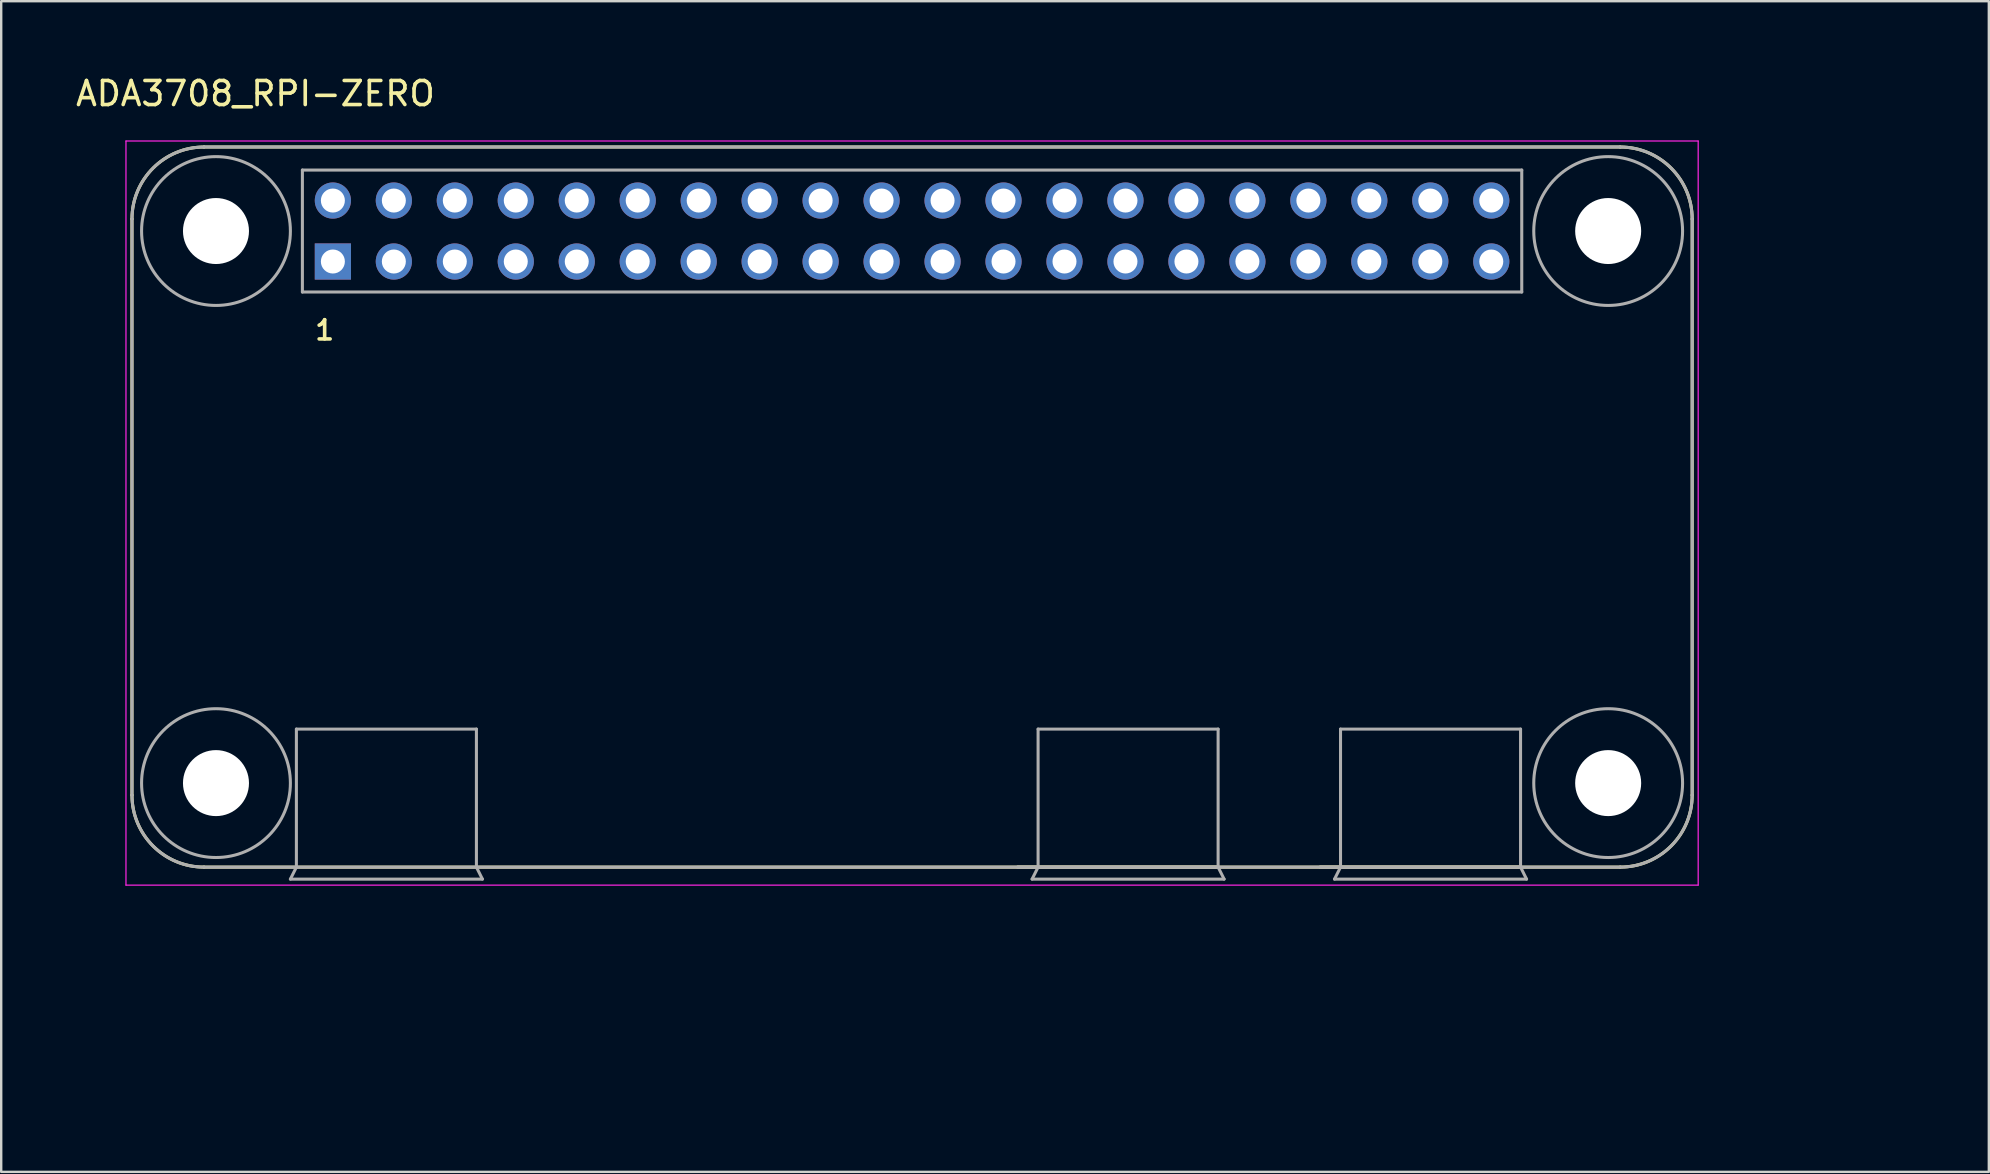
<source format=kicad_pcb>
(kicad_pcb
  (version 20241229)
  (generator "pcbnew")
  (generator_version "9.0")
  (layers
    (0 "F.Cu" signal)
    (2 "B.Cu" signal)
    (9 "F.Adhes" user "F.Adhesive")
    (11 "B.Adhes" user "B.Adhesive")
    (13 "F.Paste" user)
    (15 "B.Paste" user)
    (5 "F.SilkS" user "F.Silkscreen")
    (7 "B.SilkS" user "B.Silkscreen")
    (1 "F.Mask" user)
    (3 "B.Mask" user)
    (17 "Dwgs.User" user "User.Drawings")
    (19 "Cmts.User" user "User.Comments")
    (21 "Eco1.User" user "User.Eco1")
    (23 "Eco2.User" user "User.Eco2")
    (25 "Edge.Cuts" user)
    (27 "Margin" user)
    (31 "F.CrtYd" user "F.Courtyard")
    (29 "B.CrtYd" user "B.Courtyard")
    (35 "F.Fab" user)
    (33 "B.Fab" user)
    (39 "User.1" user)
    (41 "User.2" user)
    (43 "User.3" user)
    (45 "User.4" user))
  (footprint "ADA3708_RPI-ZERO"
    (layer "F.Cu")
    (at 34.948 6.575)
    (property "Reference" "ADA3708_RPI-ZERO" (at -27.357 -5.726 0) (layer "F.SilkS") (effects (font (size 1.002 1.002) (thickness 0.15))))
    (attr through_hole)
    (fp_line (start -32.5 -0.5) (end -32.5 23.5) (stroke (width 0.127) (type solid)) (layer "F.SilkS"))
    (fp_line (start -29.5 26.5) (end 29.5 26.5) (stroke (width 0.127) (type solid)) (layer "F.SilkS"))
    (fp_line (start 4.4 26.5) (end 12.75 26.5) (stroke (width 0.127) (type solid)) (layer "F.SilkS"))
    (fp_line (start 17 26.5) (end 25.35 26.5) (stroke (width 0.127) (type solid)) (layer "F.SilkS"))
    (fp_line (start 29.5 -3.5) (end -29.5 -3.5) (stroke (width 0.127) (type solid)) (layer "F.SilkS"))
    (fp_line (start 32.5 23.5) (end 32.5 -0.5) (stroke (width 0.127) (type solid)) (layer "F.SilkS"))
    (fp_arc (start -32.5 -0.5) (mid -31.62132 -2.62132) (end -29.5 -3.5) (stroke (width 0.127) (type solid)) (layer "F.SilkS"))
    (fp_arc (start -29.5 26.5) (mid -31.62132 25.62132) (end -32.5 23.5) (stroke (width 0.127) (type solid)) (layer "F.SilkS"))
    (fp_arc (start 29.5 -3.5) (mid 31.62132 -2.62132) (end 32.5 -0.5) (stroke (width 0.127) (type solid)) (layer "F.SilkS"))
    (fp_arc (start 32.5 23.5) (mid 31.62132 25.62132) (end 29.5 26.5) (stroke (width 0.127) (type solid)) (layer "F.SilkS"))
    (fp_line (start -32.75 -3.75) (end 32.75 -3.75) (stroke (width 0.05) (type solid)) (layer "F.CrtYd"))
    (fp_line (start -32.75 27.25) (end -32.75 -3.75) (stroke (width 0.05) (type solid)) (layer "F.CrtYd"))
    (fp_line (start 32.75 -3.75) (end 32.75 27.25) (stroke (width 0.05) (type solid)) (layer "F.CrtYd"))
    (fp_line (start 32.75 27.25) (end -32.75 27.25) (stroke (width 0.05) (type solid)) (layer "F.CrtYd"))
    (fp_line (start -32.5 -0.5) (end -32.5 23.5) (stroke (width 0.127) (type solid)) (layer "F.Fab"))
    (fp_line (start -29.5 26.5) (end -25.65 26.5) (stroke (width 0.127) (type solid)) (layer "F.Fab"))
    (fp_line (start -25.9 27) (end -17.9 27) (stroke (width 0.127) (type solid)) (layer "F.Fab"))
    (fp_line (start -25.65 20.75) (end -18.15 20.75) (stroke (width 0.127) (type solid)) (layer "F.Fab"))
    (fp_line (start -25.65 26.5) (end -25.9 27) (stroke (width 0.127) (type solid)) (layer "F.Fab"))
    (fp_line (start -25.65 26.5) (end -25.65 20.75) (stroke (width 0.127) (type solid)) (layer "F.Fab"))
    (fp_line (start -25.65 26.5) (end -18.15 26.5) (stroke (width 0.127) (type solid)) (layer "F.Fab"))
    (fp_line (start -25.4 -2.54) (end -25.4 2.54) (stroke (width 0.127) (type solid)) (layer "F.Fab"))
    (fp_line (start -25.4 2.54) (end 25.4 2.54) (stroke (width 0.127) (type solid)) (layer "F.Fab"))
    (fp_line (start -18.15 20.75) (end -18.15 26.5) (stroke (width 0.127) (type solid)) (layer "F.Fab"))
    (fp_line (start -18.15 26.5) (end 29.5 26.5) (stroke (width 0.127) (type solid)) (layer "F.Fab"))
    (fp_line (start -17.9 27) (end -18.15 26.5) (stroke (width 0.127) (type solid)) (layer "F.Fab"))
    (fp_line (start 4.4 26.5) (end 5.25 26.5) (stroke (width 0.127) (type solid)) (layer "F.Fab"))
    (fp_line (start 5 27) (end 13 27) (stroke (width 0.127) (type solid)) (layer "F.Fab"))
    (fp_line (start 5.25 20.75) (end 12.75 20.75) (stroke (width 0.127) (type solid)) (layer "F.Fab"))
    (fp_line (start 5.25 26.5) (end 5 27) (stroke (width 0.127) (type solid)) (layer "F.Fab"))
    (fp_line (start 5.25 26.5) (end 5.25 20.75) (stroke (width 0.127) (type solid)) (layer "F.Fab"))
    (fp_line (start 5.25 26.5) (end 12.75 26.5) (stroke (width 0.127) (type solid)) (layer "F.Fab"))
    (fp_line (start 12.75 20.75) (end 12.75 26.5) (stroke (width 0.127) (type solid)) (layer "F.Fab"))
    (fp_line (start 13 27) (end 12.75 26.5) (stroke (width 0.127) (type solid)) (layer "F.Fab"))
    (fp_line (start 17 26.5) (end 17.85 26.5) (stroke (width 0.127) (type solid)) (layer "F.Fab"))
    (fp_line (start 17.6 27) (end 25.6 27) (stroke (width 0.127) (type solid)) (layer "F.Fab"))
    (fp_line (start 17.85 20.75) (end 25.35 20.75) (stroke (width 0.127) (type solid)) (layer "F.Fab"))
    (fp_line (start 17.85 26.5) (end 17.6 27) (stroke (width 0.127) (type solid)) (layer "F.Fab"))
    (fp_line (start 17.85 26.5) (end 17.85 20.75) (stroke (width 0.127) (type solid)) (layer "F.Fab"))
    (fp_line (start 17.85 26.5) (end 25.35 26.5) (stroke (width 0.127) (type solid)) (layer "F.Fab"))
    (fp_line (start 25.35 20.75) (end 25.35 26.5) (stroke (width 0.127) (type solid)) (layer "F.Fab"))
    (fp_line (start 25.4 -2.54) (end -25.4 -2.54) (stroke (width 0.127) (type solid)) (layer "F.Fab"))
    (fp_line (start 25.4 2.54) (end 25.4 -2.54) (stroke (width 0.127) (type solid)) (layer "F.Fab"))
    (fp_line (start 25.6 27) (end 25.35 26.5) (stroke (width 0.127) (type solid)) (layer "F.Fab"))
    (fp_line (start 29.5 -3.5) (end -29.5 -3.5) (stroke (width 0.127) (type solid)) (layer "F.Fab"))
    (fp_line (start 32.5 23.5) (end 32.5 -0.5) (stroke (width 0.127) (type solid)) (layer "F.Fab"))
    (fp_arc (start -32.5 -0.5) (mid -31.62132 -2.62132) (end -29.5 -3.5) (stroke (width 0.127) (type solid)) (layer "F.Fab"))
    (fp_arc (start -29.5 26.5) (mid -31.62132 25.62132) (end -32.5 23.5) (stroke (width 0.127) (type solid)) (layer "F.Fab"))
    (fp_arc (start 29.5 -3.5) (mid 31.62132 -2.62132) (end 32.5 -0.5) (stroke (width 0.127) (type solid)) (layer "F.Fab"))
    (fp_arc (start 32.5 23.5) (mid 31.62132 25.62132) (end 29.5 26.5) (stroke (width 0.127) (type solid)) (layer "F.Fab"))
    (fp_circle (center -29 0) (end -25.9 0) (stroke (width 0.127) (type solid)) (fill no) (layer "F.Fab"))
    (fp_circle (center -29 23) (end -25.9 23) (stroke (width 0.127) (type solid)) (fill no) (layer "F.Fab"))
    (fp_circle (center 29 0) (end 32.1 0) (stroke (width 0.127) (type solid)) (fill no) (layer "F.Fab"))
    (fp_circle (center 29 23) (end 32.1 23) (stroke (width 0.127) (type solid)) (fill no) (layer "F.Fab"))
    (fp_text user "1" (at -24.473 4.132 0) (layer "F.SilkS") (effects (font (size 0.801 0.801) (thickness 0.15))))
    (dimension (type aligned) (layer "F.Mask") (pts (xy 10.818 7.845) (xy 13.358 7.845)) (height 6.35) (format (prefix "") (suffix "") (units 3) (units_format 1) (precision 4)) (style (thickness 0.1) (arrow_length 1.27) (text_position_mode 0) (arrow_direction outward) (extension_height 0.586) (extension_offset 0.5) (keep_text_aligned yes)) (gr_text "2.5400 mm" (at 12.088 13.095 0) (layer "F.Mask") (effects (font (size 1 1) (thickness 0.1)))))
    (dimension (type aligned) (layer "F.Mask") (pts (xy 2.198 33.825) (xy 67.698 33.825)) (height 8.31) (format (prefix "") (suffix "") (units 3) (units_format 1) (precision 4)) (style (thickness 0.1) (arrow_length 1.27) (text_position_mode 0) (arrow_direction outward) (extension_height 0.586) (extension_offset 0.5) (keep_text_aligned yes)) (gr_text "65.5000 mm" (at 34.948 41.035 0) (layer "F.Mask") (effects (font (size 1 1) (thickness 0.1)))))
    (dimension (type aligned) (layer "F.Mask") (pts (xy 67.698 2.825) (xy 67.698 33.825)) (height -5.35) (format (prefix "") (suffix "") (units 3) (units_format 1) (precision 4)) (style (thickness 0.1) (arrow_length 1.27) (text_position_mode 0) (arrow_direction outward) (extension_height 0.586) (extension_offset 0.5) (keep_text_aligned yes)) (gr_text "31.0000 mm" (at 71.948 18.325 90) (layer "F.Mask") (effects (font (size 1 1) (thickness 0.1)))))
    (pad "" np_thru_hole circle (at -29 0) (size 2.75 2.75) (drill 2.75) (layers "*.Cu" "*.Mask"))
    (pad "" np_thru_hole circle (at -29 23) (size 2.75 2.75) (drill 2.75) (layers "*.Cu" "*.Mask"))
    (pad "" np_thru_hole circle (at 29 0) (size 2.75 2.75) (drill 2.75) (layers "*.Cu" "*.Mask"))
    (pad "" np_thru_hole circle (at 29 23) (size 2.75 2.75) (drill 2.75) (layers "*.Cu" "*.Mask"))
    (pad "1" thru_hole rect (at -24.13 1.27) (size 1.508 1.508) (drill 1) (layers "*.Cu" "*.Mask"))
    (pad "2" thru_hole circle (at -24.13 -1.27) (size 1.508 1.508) (drill 1) (layers "*.Cu" "*.Mask"))
    (pad "3" thru_hole circle (at -21.59 1.27) (size 1.508 1.508) (drill 1) (layers "*.Cu" "*.Mask"))
    (pad "4" thru_hole circle (at -21.59 -1.27) (size 1.508 1.508) (drill 1) (layers "*.Cu" "*.Mask"))
    (pad "5" thru_hole circle (at -19.05 1.27) (size 1.508 1.508) (drill 1) (layers "*.Cu" "*.Mask"))
    (pad "6" thru_hole circle (at -19.05 -1.27) (size 1.508 1.508) (drill 1) (layers "*.Cu" "*.Mask"))
    (pad "7" thru_hole circle (at -16.51 1.27) (size 1.508 1.508) (drill 1) (layers "*.Cu" "*.Mask"))
    (pad "8" thru_hole circle (at -16.51 -1.27) (size 1.508 1.508) (drill 1) (layers "*.Cu" "*.Mask"))
    (pad "9" thru_hole circle (at -13.97 1.27) (size 1.508 1.508) (drill 1) (layers "*.Cu" "*.Mask"))
    (pad "10" thru_hole circle (at -13.97 -1.27) (size 1.508 1.508) (drill 1) (layers "*.Cu" "*.Mask"))
    (pad "11" thru_hole circle (at -11.43 1.27) (size 1.508 1.508) (drill 1) (layers "*.Cu" "*.Mask"))
    (pad "12" thru_hole circle (at -11.43 -1.27) (size 1.508 1.508) (drill 1) (layers "*.Cu" "*.Mask"))
    (pad "13" thru_hole circle (at -8.89 1.27) (size 1.508 1.508) (drill 1) (layers "*.Cu" "*.Mask"))
    (pad "14" thru_hole circle (at -8.89 -1.27) (size 1.508 1.508) (drill 1) (layers "*.Cu" "*.Mask"))
    (pad "15" thru_hole circle (at -6.35 1.27) (size 1.508 1.508) (drill 1) (layers "*.Cu" "*.Mask"))
    (pad "16" thru_hole circle (at -6.35 -1.27) (size 1.508 1.508) (drill 1) (layers "*.Cu" "*.Mask"))
    (pad "17" thru_hole circle (at -3.81 1.27) (size 1.508 1.508) (drill 1) (layers "*.Cu" "*.Mask"))
    (pad "18" thru_hole circle (at -3.81 -1.27) (size 1.508 1.508) (drill 1) (layers "*.Cu" "*.Mask"))
    (pad "19" thru_hole circle (at -1.27 1.27) (size 1.508 1.508) (drill 1) (layers "*.Cu" "*.Mask"))
    (pad "20" thru_hole circle (at -1.27 -1.27) (size 1.508 1.508) (drill 1) (layers "*.Cu" "*.Mask"))
    (pad "21" thru_hole circle (at 1.27 1.27) (size 1.508 1.508) (drill 1) (layers "*.Cu" "*.Mask"))
    (pad "22" thru_hole circle (at 1.27 -1.27) (size 1.508 1.508) (drill 1) (layers "*.Cu" "*.Mask"))
    (pad "23" thru_hole circle (at 3.81 1.27) (size 1.508 1.508) (drill 1) (layers "*.Cu" "*.Mask"))
    (pad "24" thru_hole circle (at 3.81 -1.27) (size 1.508 1.508) (drill 1) (layers "*.Cu" "*.Mask"))
    (pad "25" thru_hole circle (at 6.35 1.27) (size 1.508 1.508) (drill 1) (layers "*.Cu" "*.Mask"))
    (pad "26" thru_hole circle (at 6.35 -1.27) (size 1.508 1.508) (drill 1) (layers "*.Cu" "*.Mask"))
    (pad "27" thru_hole circle (at 8.89 1.27) (size 1.508 1.508) (drill 1) (layers "*.Cu" "*.Mask"))
    (pad "28" thru_hole circle (at 8.89 -1.27) (size 1.508 1.508) (drill 1) (layers "*.Cu" "*.Mask"))
    (pad "29" thru_hole circle (at 11.43 1.27) (size 1.508 1.508) (drill 1) (layers "*.Cu" "*.Mask"))
    (pad "30" thru_hole circle (at 11.43 -1.27) (size 1.508 1.508) (drill 1) (layers "*.Cu" "*.Mask"))
    (pad "31" thru_hole circle (at 13.97 1.27) (size 1.508 1.508) (drill 1) (layers "*.Cu" "*.Mask"))
    (pad "32" thru_hole circle (at 13.97 -1.27) (size 1.508 1.508) (drill 1) (layers "*.Cu" "*.Mask"))
    (pad "33" thru_hole circle (at 16.51 1.27) (size 1.508 1.508) (drill 1) (layers "*.Cu" "*.Mask"))
    (pad "34" thru_hole circle (at 16.51 -1.27) (size 1.508 1.508) (drill 1) (layers "*.Cu" "*.Mask"))
    (pad "35" thru_hole circle (at 19.05 1.27) (size 1.508 1.508) (drill 1) (layers "*.Cu" "*.Mask"))
    (pad "36" thru_hole circle (at 19.05 -1.27) (size 1.508 1.508) (drill 1) (layers "*.Cu" "*.Mask"))
    (pad "37" thru_hole circle (at 21.59 1.27) (size 1.508 1.508) (drill 1) (layers "*.Cu" "*.Mask"))
    (pad "38" thru_hole circle (at 21.59 -1.27) (size 1.508 1.508) (drill 1) (layers "*.Cu" "*.Mask"))
    (pad "39" thru_hole circle (at 24.13 1.27) (size 1.508 1.508) (drill 1) (layers "*.Cu" "*.Mask"))
    (pad "40" thru_hole circle (at 24.13 -1.27) (size 1.508 1.508) (drill 1) (layers "*.Cu" "*.Mask")))
  (gr_rect
    (start -3 -3)
    (end 79.807 45.772)
    (stroke (width 0.1) (type default))
    (fill no)
    (layer "Edge.Cuts")))
</source>
